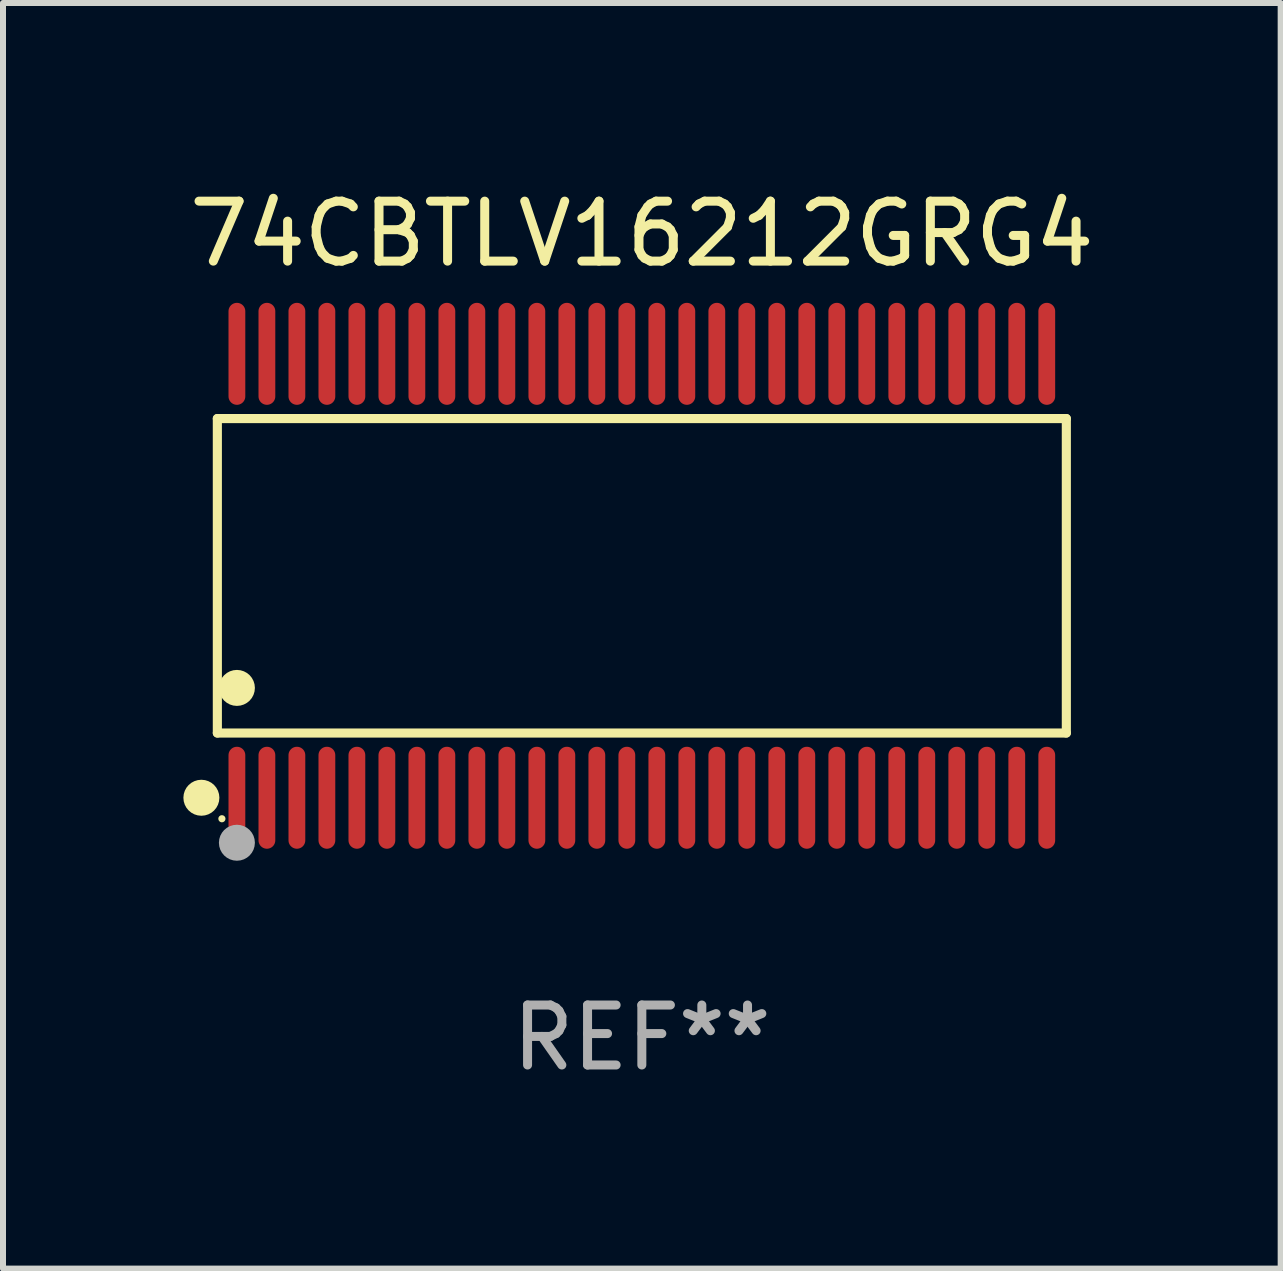
<source format=kicad_pcb>
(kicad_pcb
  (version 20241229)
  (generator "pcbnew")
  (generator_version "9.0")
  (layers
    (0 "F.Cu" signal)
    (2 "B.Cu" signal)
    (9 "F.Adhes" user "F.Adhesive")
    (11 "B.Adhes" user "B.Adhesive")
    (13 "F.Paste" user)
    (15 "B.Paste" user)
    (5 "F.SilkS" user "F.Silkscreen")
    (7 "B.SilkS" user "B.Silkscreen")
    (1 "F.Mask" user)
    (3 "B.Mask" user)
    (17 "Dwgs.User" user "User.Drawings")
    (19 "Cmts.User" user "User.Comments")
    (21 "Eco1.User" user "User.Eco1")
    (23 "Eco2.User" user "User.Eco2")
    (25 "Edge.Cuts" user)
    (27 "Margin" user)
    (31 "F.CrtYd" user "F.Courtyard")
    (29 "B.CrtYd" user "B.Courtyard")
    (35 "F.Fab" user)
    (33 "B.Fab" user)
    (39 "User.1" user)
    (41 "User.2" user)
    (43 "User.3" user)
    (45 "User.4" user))
  (footprint "74CBTLV16212GRG4"
    (layer "F.Cu")
    (at 7.649 6.548)
    (property "Reference" "74CBTLV16212GRG4" (at 0 -5.7 0) (layer "F.SilkS") (effects (font (size 1 1) (thickness 0.15))))
    (attr through_hole)
    (fp_line (start -7.076 -2.621) (end 7.076 -2.621) (stroke (width 0.152) (type solid)) (layer "F.SilkS"))
    (fp_line (start -7.076 2.621) (end -7.076 -2.621) (stroke (width 0.152) (type solid)) (layer "F.SilkS"))
    (fp_line (start 7.076 -2.621) (end 7.076 2.621) (stroke (width 0.152) (type solid)) (layer "F.SilkS"))
    (fp_line (start 7.076 2.621) (end -7.076 2.621) (stroke (width 0.152) (type solid)) (layer "F.SilkS"))
    (fp_circle (center -7.342 3.7) (end -7.192 3.7) (stroke (width 0.3) (type solid)) (fill no) (layer "F.SilkS"))
    (fp_circle (center -7 4.05) (end -6.97 4.05) (stroke (width 0.06) (type solid)) (fill no) (layer "F.SilkS"))
    (fp_circle (center -6.75 1.869) (end -6.6 1.869) (stroke (width 0.3) (type solid)) (fill no) (layer "F.SilkS"))
    (fp_circle (center -6.75 4.45) (end -6.6 4.45) (stroke (width 0.3) (type solid)) (fill no) (layer "F.Fab"))
    (fp_text user "REF**" (at 0 7.7 0) (layer "F.Fab") (effects (font (size 1 1) (thickness 0.15))))
    (pad "1" smd oval (at -6.75 3.7) (size 0.28 1.7) (layers "F.Cu" "F.Mask" "F.Paste"))
    (pad "2" smd oval (at -6.25 3.7) (size 0.28 1.7) (layers "F.Cu" "F.Mask" "F.Paste"))
    (pad "3" smd oval (at -5.75 3.7) (size 0.28 1.7) (layers "F.Cu" "F.Mask" "F.Paste"))
    (pad "4" smd oval (at -5.25 3.7) (size 0.28 1.7) (layers "F.Cu" "F.Mask" "F.Paste"))
    (pad "5" smd oval (at -4.75 3.7) (size 0.28 1.7) (layers "F.Cu" "F.Mask" "F.Paste"))
    (pad "6" smd oval (at -4.25 3.7) (size 0.28 1.7) (layers "F.Cu" "F.Mask" "F.Paste"))
    (pad "7" smd oval (at -3.75 3.7) (size 0.28 1.7) (layers "F.Cu" "F.Mask" "F.Paste"))
    (pad "8" smd oval (at -3.25 3.7) (size 0.28 1.7) (layers "F.Cu" "F.Mask" "F.Paste"))
    (pad "9" smd oval (at -2.75 3.7) (size 0.28 1.7) (layers "F.Cu" "F.Mask" "F.Paste"))
    (pad "10" smd oval (at -2.25 3.7) (size 0.28 1.7) (layers "F.Cu" "F.Mask" "F.Paste"))
    (pad "11" smd oval (at -1.75 3.7) (size 0.28 1.7) (layers "F.Cu" "F.Mask" "F.Paste"))
    (pad "12" smd oval (at -1.25 3.7) (size 0.28 1.7) (layers "F.Cu" "F.Mask" "F.Paste"))
    (pad "13" smd oval (at -0.75 3.7) (size 0.28 1.7) (layers "F.Cu" "F.Mask" "F.Paste"))
    (pad "14" smd oval (at -0.25 3.7) (size 0.28 1.7) (layers "F.Cu" "F.Mask" "F.Paste"))
    (pad "15" smd oval (at 0.25 3.7) (size 0.28 1.7) (layers "F.Cu" "F.Mask" "F.Paste"))
    (pad "16" smd oval (at 0.75 3.7) (size 0.28 1.7) (layers "F.Cu" "F.Mask" "F.Paste"))
    (pad "17" smd oval (at 1.25 3.7) (size 0.28 1.7) (layers "F.Cu" "F.Mask" "F.Paste"))
    (pad "18" smd oval (at 1.75 3.7) (size 0.28 1.7) (layers "F.Cu" "F.Mask" "F.Paste"))
    (pad "19" smd oval (at 2.25 3.7) (size 0.28 1.7) (layers "F.Cu" "F.Mask" "F.Paste"))
    (pad "20" smd oval (at 2.75 3.7) (size 0.28 1.7) (layers "F.Cu" "F.Mask" "F.Paste"))
    (pad "21" smd oval (at 3.25 3.7) (size 0.28 1.7) (layers "F.Cu" "F.Mask" "F.Paste"))
    (pad "22" smd oval (at 3.75 3.7) (size 0.28 1.7) (layers "F.Cu" "F.Mask" "F.Paste"))
    (pad "23" smd oval (at 4.25 3.7) (size 0.28 1.7) (layers "F.Cu" "F.Mask" "F.Paste"))
    (pad "24" smd oval (at 4.75 3.7) (size 0.28 1.7) (layers "F.Cu" "F.Mask" "F.Paste"))
    (pad "25" smd oval (at 5.25 3.7) (size 0.28 1.7) (layers "F.Cu" "F.Mask" "F.Paste"))
    (pad "26" smd oval (at 5.75 3.7) (size 0.28 1.7) (layers "F.Cu" "F.Mask" "F.Paste"))
    (pad "27" smd oval (at 6.25 3.7) (size 0.28 1.7) (layers "F.Cu" "F.Mask" "F.Paste"))
    (pad "28" smd oval (at 6.75 3.7) (size 0.28 1.7) (layers "F.Cu" "F.Mask" "F.Paste"))
    (pad "29" smd oval (at 6.75 -3.7) (size 0.28 1.7) (layers "F.Cu" "F.Mask" "F.Paste"))
    (pad "30" smd oval (at 6.25 -3.7) (size 0.28 1.7) (layers "F.Cu" "F.Mask" "F.Paste"))
    (pad "31" smd oval (at 5.75 -3.7) (size 0.28 1.7) (layers "F.Cu" "F.Mask" "F.Paste"))
    (pad "32" smd oval (at 5.25 -3.7) (size 0.28 1.7) (layers "F.Cu" "F.Mask" "F.Paste"))
    (pad "33" smd oval (at 4.75 -3.7) (size 0.28 1.7) (layers "F.Cu" "F.Mask" "F.Paste"))
    (pad "34" smd oval (at 4.25 -3.7) (size 0.28 1.7) (layers "F.Cu" "F.Mask" "F.Paste"))
    (pad "35" smd oval (at 3.75 -3.7) (size 0.28 1.7) (layers "F.Cu" "F.Mask" "F.Paste"))
    (pad "36" smd oval (at 3.25 -3.7) (size 0.28 1.7) (layers "F.Cu" "F.Mask" "F.Paste"))
    (pad "37" smd oval (at 2.75 -3.7) (size 0.28 1.7) (layers "F.Cu" "F.Mask" "F.Paste"))
    (pad "38" smd oval (at 2.25 -3.7) (size 0.28 1.7) (layers "F.Cu" "F.Mask" "F.Paste"))
    (pad "39" smd oval (at 1.75 -3.7) (size 0.28 1.7) (layers "F.Cu" "F.Mask" "F.Paste"))
    (pad "40" smd oval (at 1.25 -3.7) (size 0.28 1.7) (layers "F.Cu" "F.Mask" "F.Paste"))
    (pad "41" smd oval (at 0.75 -3.7) (size 0.28 1.7) (layers "F.Cu" "F.Mask" "F.Paste"))
    (pad "42" smd oval (at 0.25 -3.7) (size 0.28 1.7) (layers "F.Cu" "F.Mask" "F.Paste"))
    (pad "43" smd oval (at -0.25 -3.7) (size 0.28 1.7) (layers "F.Cu" "F.Mask" "F.Paste"))
    (pad "44" smd oval (at -0.75 -3.7) (size 0.28 1.7) (layers "F.Cu" "F.Mask" "F.Paste"))
    (pad "45" smd oval (at -1.25 -3.7) (size 0.28 1.7) (layers "F.Cu" "F.Mask" "F.Paste"))
    (pad "46" smd oval (at -1.75 -3.7) (size 0.28 1.7) (layers "F.Cu" "F.Mask" "F.Paste"))
    (pad "47" smd oval (at -2.25 -3.7) (size 0.28 1.7) (layers "F.Cu" "F.Mask" "F.Paste"))
    (pad "48" smd oval (at -2.75 -3.7) (size 0.28 1.7) (layers "F.Cu" "F.Mask" "F.Paste"))
    (pad "49" smd oval (at -3.25 -3.7) (size 0.28 1.7) (layers "F.Cu" "F.Mask" "F.Paste"))
    (pad "50" smd oval (at -3.75 -3.7) (size 0.28 1.7) (layers "F.Cu" "F.Mask" "F.Paste"))
    (pad "51" smd oval (at -4.25 -3.7) (size 0.28 1.7) (layers "F.Cu" "F.Mask" "F.Paste"))
    (pad "52" smd oval (at -4.75 -3.7) (size 0.28 1.7) (layers "F.Cu" "F.Mask" "F.Paste"))
    (pad "53" smd oval (at -5.25 -3.7) (size 0.28 1.7) (layers "F.Cu" "F.Mask" "F.Paste"))
    (pad "54" smd oval (at -5.75 -3.7) (size 0.28 1.7) (layers "F.Cu" "F.Mask" "F.Paste"))
    (pad "55" smd oval (at -6.25 -3.7) (size 0.28 1.7) (layers "F.Cu" "F.Mask" "F.Paste"))
    (pad "56" smd oval (at -6.75 -3.7) (size 0.28 1.7) (layers "F.Cu" "F.Mask" "F.Paste")))
  (gr_rect
    (start -3 -3)
    (end 18.298 18.097)
    (stroke (width 0.1) (type default))
    (fill no)
    (layer "Edge.Cuts")))
</source>
